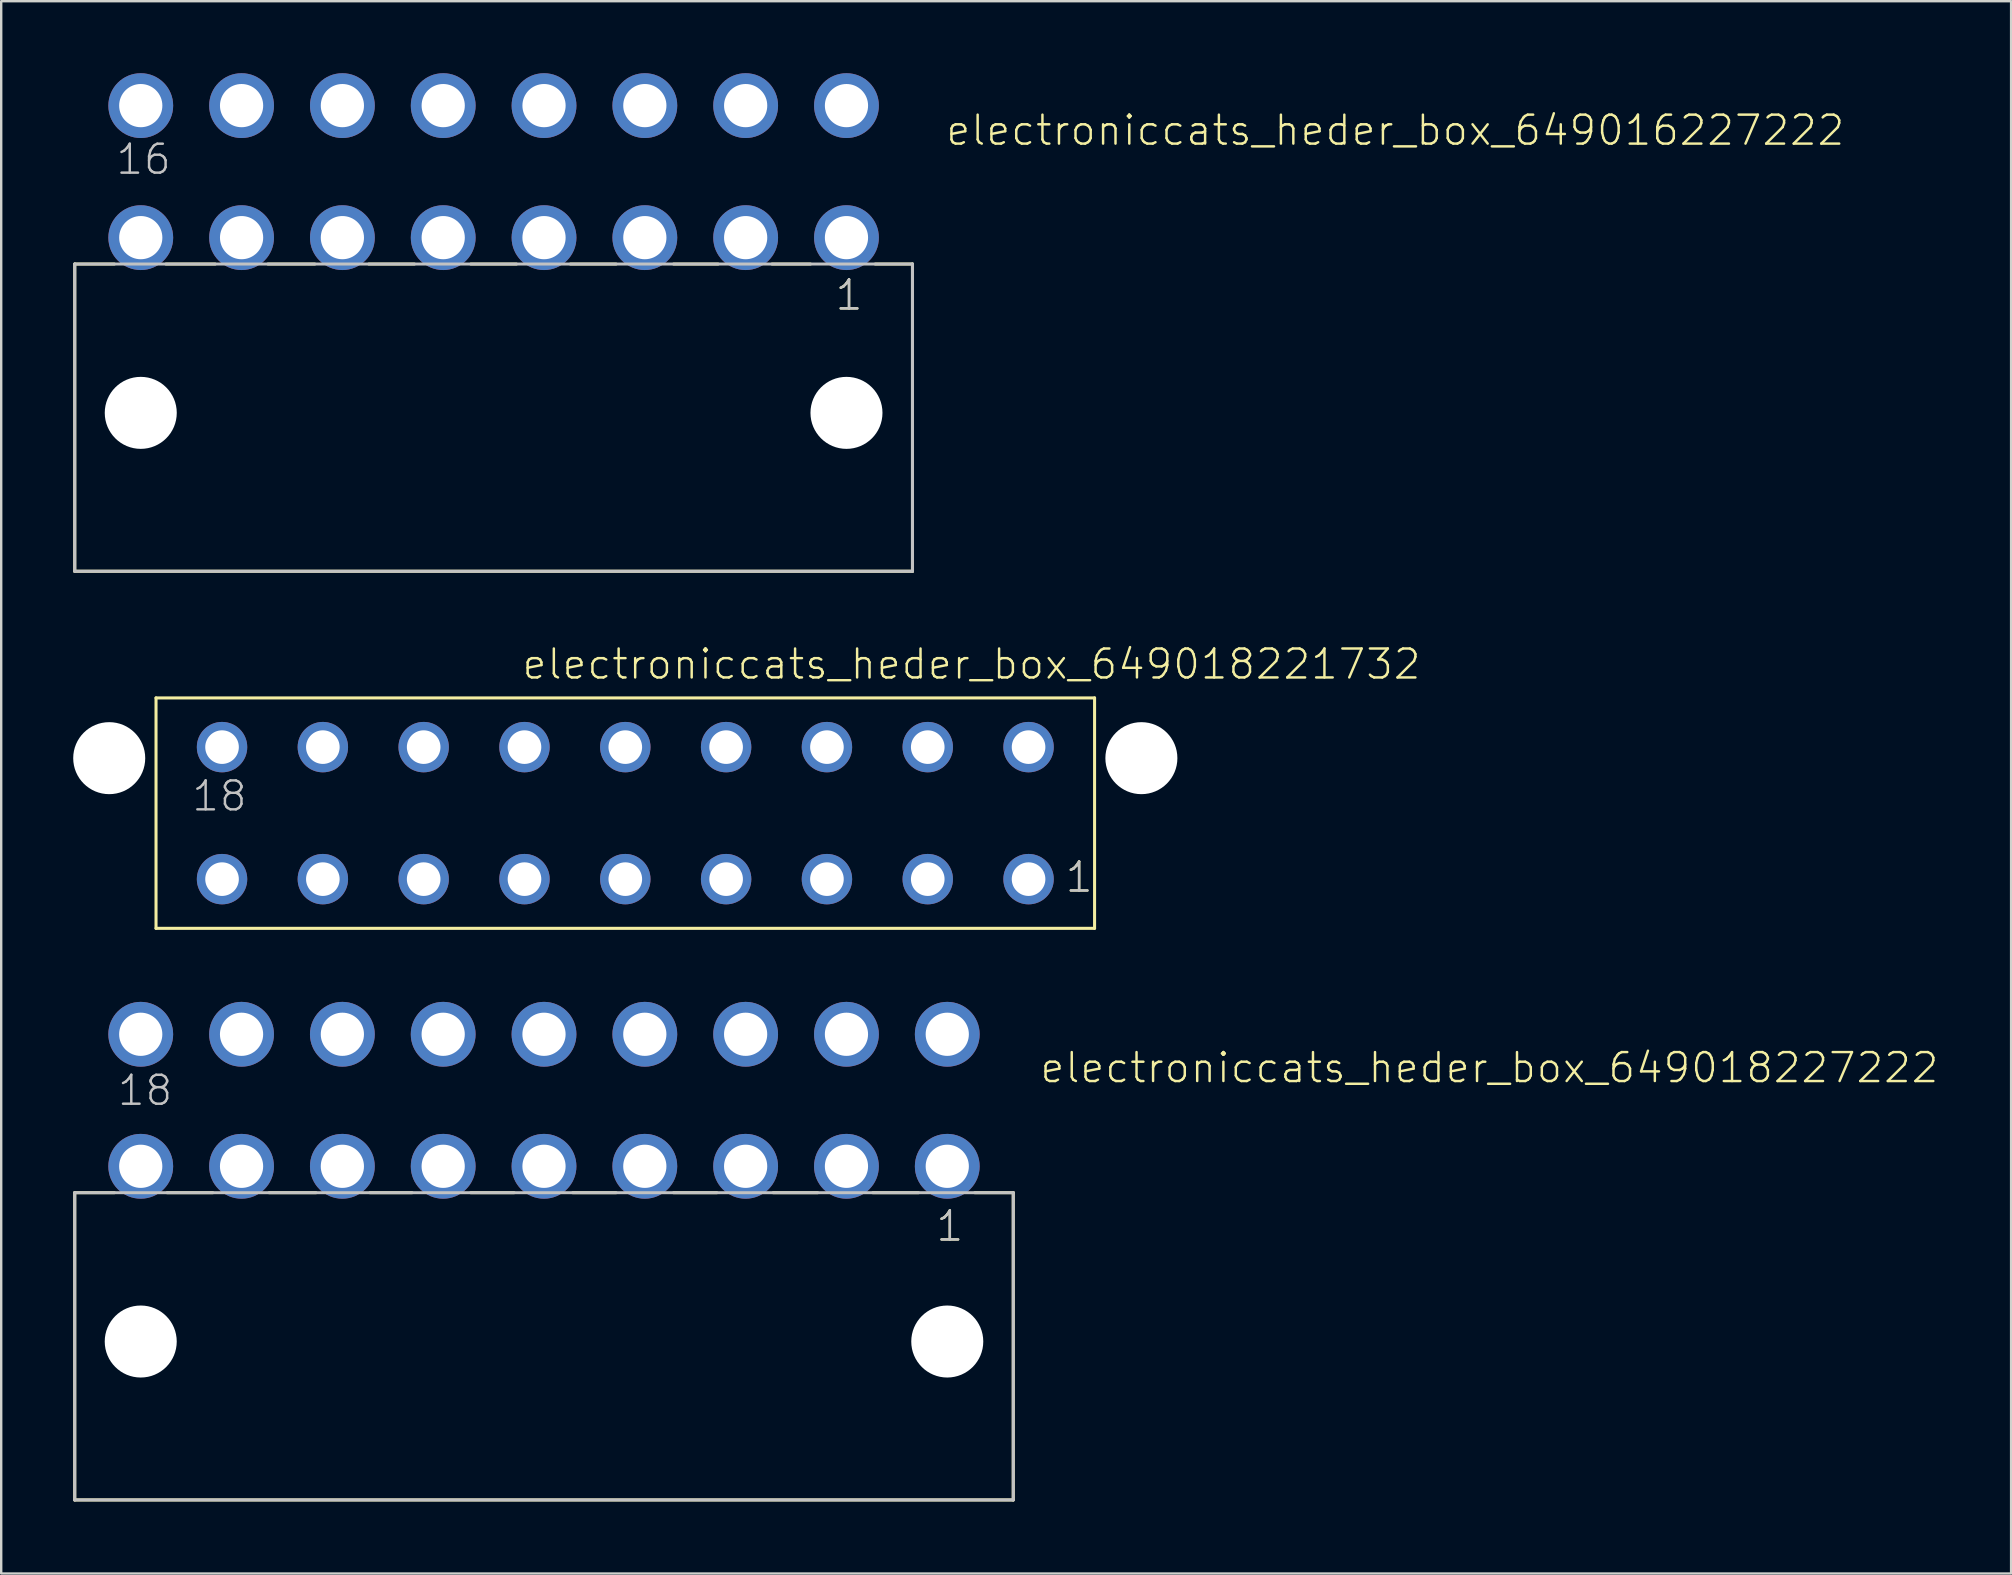
<source format=kicad_pcb>
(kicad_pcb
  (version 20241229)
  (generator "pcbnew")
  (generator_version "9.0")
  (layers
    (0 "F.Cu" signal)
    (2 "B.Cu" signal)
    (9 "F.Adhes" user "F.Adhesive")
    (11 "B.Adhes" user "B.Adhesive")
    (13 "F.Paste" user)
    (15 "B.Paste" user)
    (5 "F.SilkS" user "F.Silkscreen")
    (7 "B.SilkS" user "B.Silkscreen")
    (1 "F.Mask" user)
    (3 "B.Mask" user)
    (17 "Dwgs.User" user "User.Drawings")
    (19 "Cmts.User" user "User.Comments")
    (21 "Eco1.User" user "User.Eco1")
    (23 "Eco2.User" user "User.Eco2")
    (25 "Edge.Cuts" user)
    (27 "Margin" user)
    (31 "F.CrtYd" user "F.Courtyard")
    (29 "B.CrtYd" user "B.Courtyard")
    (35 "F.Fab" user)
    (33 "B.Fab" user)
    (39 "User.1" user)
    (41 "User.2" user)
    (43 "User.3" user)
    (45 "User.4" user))
  (footprint "electroniccats_heder_box_649018221732"
    (layer "F.Cu")
    (at 23 30.825)
    (property "Reference" "electroniccats_heder_box_649018221732" (at -4.365 -5.5 0) (layer "F.SilkS") (effects (font (size 1.206 1.206) (thickness 0.102)) (justify left bottom)))
    (attr through_hole)
    (fp_line (start -19.55 -4.8) (end 19.55 -4.8) (stroke (width 0.127) (type solid)) (layer "F.SilkS"))
    (fp_line (start -19.55 4.8) (end -19.55 -4.8) (stroke (width 0.127) (type solid)) (layer "F.SilkS"))
    (fp_line (start 19.55 -4.8) (end 19.55 4.8) (stroke (width 0.127) (type solid)) (layer "F.SilkS"))
    (fp_line (start 19.55 4.8) (end -19.55 4.8) (stroke (width 0.127) (type solid)) (layer "F.SilkS"))
    (fp_text user "1" (at 18.265 3.375 0) (layer "F.SilkS") (effects (font (size 1.206 1.206) (thickness 0.102)) (justify left bottom)))
    (fp_text user "1" (at 18.265 3.375 0) (layer "Dwgs.User") (effects (font (size 1.206 1.206) (thickness 0.102)) (justify left bottom)))
    (fp_text user "18" (at -18.125 -0.005 0) (layer "Dwgs.User") (effects (font (size 1.206 1.206) (thickness 0.102)) (justify left bottom)))
    (pad "" np_thru_hole circle (at -21.5 -2.29) (size 3 3) (drill 3) (layers "*.Cu"))
    (pad "" np_thru_hole circle (at 21.5 -2.29) (size 3 3) (drill 3) (layers "*.Cu"))
    (pad "1" thru_hole circle (at 16.8 2.75) (size 2.1 2.1) (drill 1.4) (layers "*.Cu" "*.Mask"))
    (pad "2" thru_hole circle (at 12.6 2.75) (size 2.1 2.1) (drill 1.4) (layers "*.Cu" "*.Mask"))
    (pad "3" thru_hole circle (at 8.4 2.75) (size 2.1 2.1) (drill 1.4) (layers "*.Cu" "*.Mask"))
    (pad "4" thru_hole circle (at 4.2 2.75) (size 2.1 2.1) (drill 1.4) (layers "*.Cu" "*.Mask"))
    (pad "5" thru_hole circle (at 0 2.75) (size 2.1 2.1) (drill 1.4) (layers "*.Cu" "*.Mask"))
    (pad "6" thru_hole circle (at -4.2 2.75) (size 2.1 2.1) (drill 1.4) (layers "*.Cu" "*.Mask"))
    (pad "7" thru_hole circle (at -8.4 2.75) (size 2.1 2.1) (drill 1.4) (layers "*.Cu" "*.Mask"))
    (pad "8" thru_hole circle (at -12.6 2.75) (size 2.1 2.1) (drill 1.4) (layers "*.Cu" "*.Mask"))
    (pad "9" thru_hole circle (at -16.8 2.75) (size 2.1 2.1) (drill 1.4) (layers "*.Cu" "*.Mask"))
    (pad "10" thru_hole circle (at 16.8 -2.75) (size 2.1 2.1) (drill 1.4) (layers "*.Cu" "*.Mask"))
    (pad "11" thru_hole circle (at 12.6 -2.75) (size 2.1 2.1) (drill 1.4) (layers "*.Cu" "*.Mask"))
    (pad "12" thru_hole circle (at 8.4 -2.75) (size 2.1 2.1) (drill 1.4) (layers "*.Cu" "*.Mask"))
    (pad "13" thru_hole circle (at 4.2 -2.75) (size 2.1 2.1) (drill 1.4) (layers "*.Cu" "*.Mask"))
    (pad "14" thru_hole circle (at 0 -2.75) (size 2.1 2.1) (drill 1.4) (layers "*.Cu" "*.Mask"))
    (pad "15" thru_hole circle (at -4.2 -2.75) (size 2.1 2.1) (drill 1.4) (layers "*.Cu" "*.Mask"))
    (pad "16" thru_hole circle (at -8.4 -2.75) (size 2.1 2.1) (drill 1.4) (layers "*.Cu" "*.Mask"))
    (pad "17" thru_hole circle (at -12.6 -2.75) (size 2.1 2.1) (drill 1.4) (layers "*.Cu" "*.Mask"))
    (pad "18" thru_hole circle (at -16.8 -2.75) (size 2.1 2.1) (drill 1.4) (layers "*.Cu" "*.Mask")))
  (footprint "electroniccats_heder_box_649016227222"
    (layer "F.Cu")
    (at 17.514 14.15)
    (property "Reference" "electroniccats_heder_box_649016227222" (at 18.777 -11.065 0) (layer "F.SilkS") (effects (font (size 1.206 1.206) (thickness 0.102)) (justify left bottom)))
    (attr through_hole)
    (fp_line (start -17.45 -6.2) (end -15.8 -6.2) (stroke (width 0.127) (type solid)) (layer "F.SilkS"))
    (fp_line (start -17.45 6.6) (end -17.45 -6.2) (stroke (width 0.127) (type solid)) (layer "F.SilkS"))
    (fp_line (start -13.65 -6.2) (end -11.6 -6.2) (stroke (width 0.127) (type solid)) (layer "F.SilkS"))
    (fp_line (start -9.4 -6.2) (end -7.45 -6.2) (stroke (width 0.127) (type solid)) (layer "F.SilkS"))
    (fp_line (start -5.2 -6.2) (end -3.3 -6.2) (stroke (width 0.127) (type solid)) (layer "F.SilkS"))
    (fp_line (start -0.95 -6.2) (end 0.95 -6.2) (stroke (width 0.127) (type solid)) (layer "F.SilkS"))
    (fp_line (start 3.2 -6.2) (end 5.1 -6.2) (stroke (width 0.127) (type solid)) (layer "F.SilkS"))
    (fp_line (start 7.5 -6.2) (end 9.35 -6.2) (stroke (width 0.127) (type solid)) (layer "F.SilkS"))
    (fp_line (start 11.6 -6.2) (end 13.2 -6.2) (stroke (width 0.127) (type solid)) (layer "F.SilkS"))
    (fp_line (start 15.9 -6.2) (end 17.45 -6.2) (stroke (width 0.127) (type solid)) (layer "F.SilkS"))
    (fp_line (start 17.45 -6.2) (end 17.45 6.6) (stroke (width 0.127) (type solid)) (layer "F.SilkS"))
    (fp_line (start 17.45 6.6) (end -17.45 6.6) (stroke (width 0.127) (type solid)) (layer "F.SilkS"))
    (fp_line (start -17.45 -6.2) (end 17.45 -6.2) (stroke (width 0.127) (type solid)) (layer "Dwgs.User"))
    (fp_line (start -17.45 6.6) (end -17.45 -6.2) (stroke (width 0.127) (type solid)) (layer "Dwgs.User"))
    (fp_line (start 17.45 -6.2) (end 17.45 6.6) (stroke (width 0.127) (type solid)) (layer "Dwgs.User"))
    (fp_line (start 17.45 6.6) (end -17.45 6.6) (stroke (width 0.127) (type solid)) (layer "Dwgs.User"))
    (fp_text user "1" (at 14.165 -4.2 0) (layer "F.SilkS") (effects (font (size 1.206 1.206) (thickness 0.102)) (justify left bottom)))
    (fp_text user "16" (at -15.8 -9.855 0) (layer "Dwgs.User") (effects (font (size 1.206 1.206) (thickness 0.102)) (justify left bottom)))
    (fp_text user "1" (at 14.165 -4.2 0) (layer "Dwgs.User") (effects (font (size 1.206 1.206) (thickness 0.102)) (justify left bottom)))
    (pad "" np_thru_hole circle (at -14.7 0) (size 3 3) (drill 3) (layers "*.Cu"))
    (pad "" np_thru_hole circle (at 14.7 0) (size 3 3) (drill 3) (layers "*.Cu"))
    (pad "1" thru_hole circle (at 14.7 -7.3) (size 2.7 2.7) (drill 1.8) (layers "*.Cu" "*.Mask"))
    (pad "2" thru_hole circle (at 10.5 -7.3) (size 2.7 2.7) (drill 1.8) (layers "*.Cu" "*.Mask"))
    (pad "3" thru_hole circle (at 6.3 -7.3) (size 2.7 2.7) (drill 1.8) (layers "*.Cu" "*.Mask"))
    (pad "4" thru_hole circle (at 2.1 -7.3) (size 2.7 2.7) (drill 1.8) (layers "*.Cu" "*.Mask"))
    (pad "5" thru_hole circle (at -2.1 -7.3) (size 2.7 2.7) (drill 1.8) (layers "*.Cu" "*.Mask"))
    (pad "6" thru_hole circle (at -6.3 -7.3) (size 2.7 2.7) (drill 1.8) (layers "*.Cu" "*.Mask"))
    (pad "7" thru_hole circle (at -10.5 -7.3) (size 2.7 2.7) (drill 1.8) (layers "*.Cu" "*.Mask"))
    (pad "8" thru_hole circle (at -14.7 -7.3) (size 2.7 2.7) (drill 1.8) (layers "*.Cu" "*.Mask"))
    (pad "9" thru_hole circle (at 14.7 -12.8) (size 2.7 2.7) (drill 1.8) (layers "*.Cu" "*.Mask"))
    (pad "10" thru_hole circle (at 10.5 -12.8) (size 2.7 2.7) (drill 1.8) (layers "*.Cu" "*.Mask"))
    (pad "11" thru_hole circle (at 6.3 -12.8) (size 2.7 2.7) (drill 1.8) (layers "*.Cu" "*.Mask"))
    (pad "12" thru_hole circle (at 2.1 -12.8) (size 2.7 2.7) (drill 1.8) (layers "*.Cu" "*.Mask"))
    (pad "13" thru_hole circle (at -2.1 -12.8) (size 2.7 2.7) (drill 1.8) (layers "*.Cu" "*.Mask"))
    (pad "14" thru_hole circle (at -6.3 -12.8) (size 2.7 2.7) (drill 1.8) (layers "*.Cu" "*.Mask"))
    (pad "15" thru_hole circle (at -10.5 -12.8) (size 2.7 2.7) (drill 1.8) (layers "*.Cu" "*.Mask"))
    (pad "16" thru_hole circle (at -14.7 -12.8) (size 2.7 2.7) (drill 1.8) (layers "*.Cu" "*.Mask")))
  (footprint "electroniccats_heder_box_649018227222"
    (layer "F.Cu")
    (at 19.613 52.838)
    (property "Reference" "electroniccats_heder_box_649018227222" (at 20.598 -10.7 0) (layer "F.SilkS") (effects (font (size 1.206 1.206) (thickness 0.102)) (justify left bottom)))
    (attr through_hole)
    (fp_line (start -19.55 -6.2) (end -17.9 -6.2) (stroke (width 0.127) (type solid)) (layer "F.SilkS"))
    (fp_line (start -19.55 6.6) (end -19.55 -6.2) (stroke (width 0.127) (type solid)) (layer "F.SilkS"))
    (fp_line (start -15.7 -6.2) (end -13.8 -6.2) (stroke (width 0.127) (type solid)) (layer "F.SilkS"))
    (fp_line (start -11.45 -6.2) (end -9.5 -6.2) (stroke (width 0.127) (type solid)) (layer "F.SilkS"))
    (fp_line (start -7.25 -6.2) (end -5.5 -6.2) (stroke (width 0.127) (type solid)) (layer "F.SilkS"))
    (fp_line (start -3.05 -6.2) (end -1.25 -6.2) (stroke (width 0.127) (type solid)) (layer "F.SilkS"))
    (fp_line (start 1.2 -6.2) (end 3 -6.2) (stroke (width 0.127) (type solid)) (layer "F.SilkS"))
    (fp_line (start 5.4 -6.2) (end 7.2 -6.2) (stroke (width 0.127) (type solid)) (layer "F.SilkS"))
    (fp_line (start 9.55 -6.2) (end 11.4 -6.2) (stroke (width 0.127) (type solid)) (layer "F.SilkS"))
    (fp_line (start 13.7 -6.2) (end 15.6 -6.2) (stroke (width 0.127) (type solid)) (layer "F.SilkS"))
    (fp_line (start 17.95 -6.2) (end 19.55 -6.2) (stroke (width 0.127) (type solid)) (layer "F.SilkS"))
    (fp_line (start 19.55 -6.2) (end 19.55 6.6) (stroke (width 0.127) (type solid)) (layer "F.SilkS"))
    (fp_line (start 19.55 6.6) (end -19.55 6.6) (stroke (width 0.127) (type solid)) (layer "F.SilkS"))
    (fp_line (start -19.55 -6.2) (end 19.55 -6.2) (stroke (width 0.127) (type solid)) (layer "Dwgs.User"))
    (fp_line (start -19.55 6.6) (end -19.55 -6.2) (stroke (width 0.127) (type solid)) (layer "Dwgs.User"))
    (fp_line (start 19.55 -6.2) (end 19.55 6.6) (stroke (width 0.127) (type solid)) (layer "Dwgs.User"))
    (fp_line (start 19.55 6.6) (end -19.55 6.6) (stroke (width 0.127) (type solid)) (layer "Dwgs.User"))
    (fp_text user "1" (at 16.265 -4.1 0) (layer "F.SilkS") (effects (font (size 1.206 1.206) (thickness 0.102)) (justify left bottom)))
    (fp_text user "18" (at -17.835 -9.755 0) (layer "Dwgs.User") (effects (font (size 1.206 1.206) (thickness 0.102)) (justify left bottom)))
    (fp_text user "1" (at 16.265 -4.1 0) (layer "Dwgs.User") (effects (font (size 1.206 1.206) (thickness 0.102)) (justify left bottom)))
    (pad "" np_thru_hole circle (at -16.8 0) (size 3 3) (drill 3) (layers "*.Cu"))
    (pad "" np_thru_hole circle (at 16.8 0) (size 3 3) (drill 3) (layers "*.Cu"))
    (pad "1" thru_hole circle (at 16.8 -7.3) (size 2.7 2.7) (drill 1.8) (layers "*.Cu" "*.Mask"))
    (pad "2" thru_hole circle (at 12.6 -7.3) (size 2.7 2.7) (drill 1.8) (layers "*.Cu" "*.Mask"))
    (pad "3" thru_hole circle (at 8.4 -7.3) (size 2.7 2.7) (drill 1.8) (layers "*.Cu" "*.Mask"))
    (pad "4" thru_hole circle (at 4.2 -7.3) (size 2.7 2.7) (drill 1.8) (layers "*.Cu" "*.Mask"))
    (pad "5" thru_hole circle (at 0 -7.3) (size 2.7 2.7) (drill 1.8) (layers "*.Cu" "*.Mask"))
    (pad "6" thru_hole circle (at -4.2 -7.3) (size 2.7 2.7) (drill 1.8) (layers "*.Cu" "*.Mask"))
    (pad "7" thru_hole circle (at -8.4 -7.3) (size 2.7 2.7) (drill 1.8) (layers "*.Cu" "*.Mask"))
    (pad "8" thru_hole circle (at -12.6 -7.3) (size 2.7 2.7) (drill 1.8) (layers "*.Cu" "*.Mask"))
    (pad "9" thru_hole circle (at -16.8 -7.3) (size 2.7 2.7) (drill 1.8) (layers "*.Cu" "*.Mask"))
    (pad "10" thru_hole circle (at 16.8 -12.8) (size 2.7 2.7) (drill 1.8) (layers "*.Cu" "*.Mask"))
    (pad "11" thru_hole circle (at 12.6 -12.8) (size 2.7 2.7) (drill 1.8) (layers "*.Cu" "*.Mask"))
    (pad "12" thru_hole circle (at 8.4 -12.8) (size 2.7 2.7) (drill 1.8) (layers "*.Cu" "*.Mask"))
    (pad "13" thru_hole circle (at 4.2 -12.8) (size 2.7 2.7) (drill 1.8) (layers "*.Cu" "*.Mask"))
    (pad "14" thru_hole circle (at 0 -12.8) (size 2.7 2.7) (drill 1.8) (layers "*.Cu" "*.Mask"))
    (pad "15" thru_hole circle (at -4.2 -12.8) (size 2.7 2.7) (drill 1.8) (layers "*.Cu" "*.Mask"))
    (pad "16" thru_hole circle (at -8.4 -12.8) (size 2.7 2.7) (drill 1.8) (layers "*.Cu" "*.Mask"))
    (pad "17" thru_hole circle (at -12.6 -12.8) (size 2.7 2.7) (drill 1.8) (layers "*.Cu" "*.Mask"))
    (pad "18" thru_hole circle (at -16.8 -12.8) (size 2.7 2.7) (drill 1.8) (layers "*.Cu" "*.Mask")))
  (gr_rect
    (start -3 -3)
    (end 80.733 62.502)
    (stroke (width 0.1) (type default))
    (fill no)
    (layer "Edge.Cuts")))
</source>
